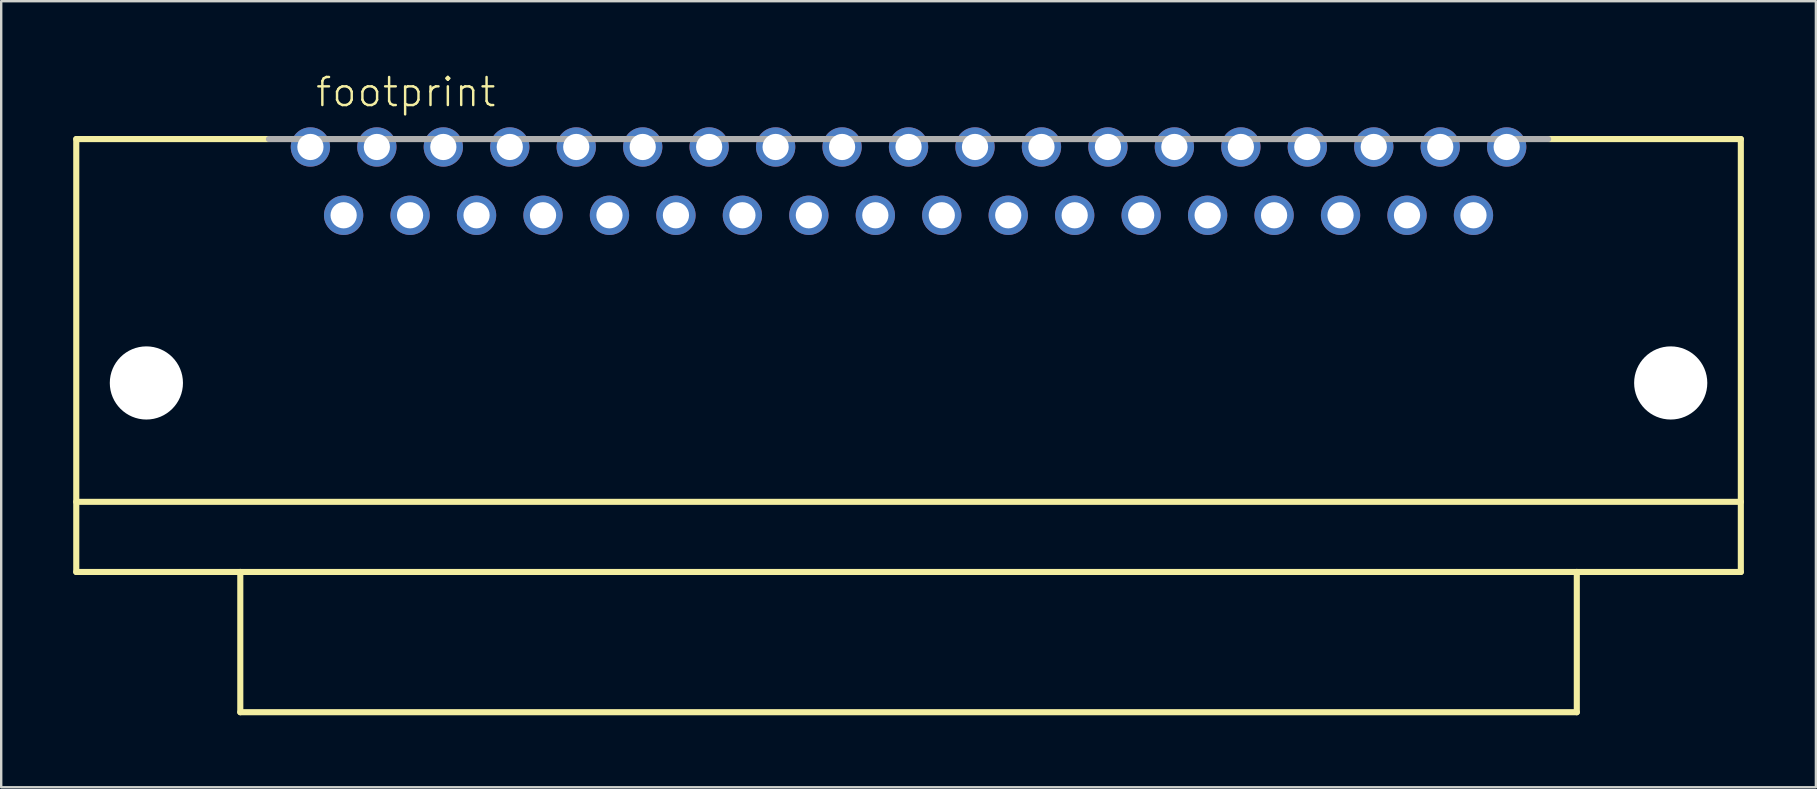
<source format=kicad_pcb>
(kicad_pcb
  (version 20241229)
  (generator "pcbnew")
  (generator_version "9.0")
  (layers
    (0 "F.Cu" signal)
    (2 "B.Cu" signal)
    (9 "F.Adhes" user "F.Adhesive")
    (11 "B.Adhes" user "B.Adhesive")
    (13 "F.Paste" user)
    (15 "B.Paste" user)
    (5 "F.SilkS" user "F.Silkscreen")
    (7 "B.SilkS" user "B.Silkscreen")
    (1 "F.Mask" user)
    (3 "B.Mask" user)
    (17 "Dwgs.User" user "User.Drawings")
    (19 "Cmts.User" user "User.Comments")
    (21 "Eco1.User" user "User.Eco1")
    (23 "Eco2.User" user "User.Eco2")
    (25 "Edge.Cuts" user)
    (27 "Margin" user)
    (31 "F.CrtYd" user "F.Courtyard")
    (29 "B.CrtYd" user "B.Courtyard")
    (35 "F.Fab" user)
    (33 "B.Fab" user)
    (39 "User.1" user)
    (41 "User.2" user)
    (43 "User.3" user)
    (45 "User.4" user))
  (footprint "footprint"
    (layer "F.Cu")
    (at 34.798 10.998)
    (property "Reference" "footprint" (at -24.765 -9.525 0) (layer "F.SilkS") (effects (font (size 1.168 1.168) (thickness 0.102)) (justify left bottom)))
    (fp_line (start -34.671 -8.255) (end -26.67 -8.255) (stroke (width 0.254) (type solid)) (layer "F.SilkS"))
    (fp_line (start -34.671 6.858) (end 34.671 6.858) (stroke (width 0.254) (type solid)) (layer "F.SilkS"))
    (fp_line (start -34.671 9.779) (end -34.671 -8.255) (stroke (width 0.254) (type solid)) (layer "F.SilkS"))
    (fp_line (start -27.838 9.779) (end -34.671 9.779) (stroke (width 0.254) (type solid)) (layer "F.SilkS"))
    (fp_line (start -27.838 9.779) (end 27.838 9.779) (stroke (width 0.254) (type solid)) (layer "F.SilkS"))
    (fp_line (start -27.838 15.621) (end -27.838 9.779) (stroke (width 0.254) (type solid)) (layer "F.SilkS"))
    (fp_line (start 27.838 9.779) (end 27.838 15.621) (stroke (width 0.254) (type solid)) (layer "F.SilkS"))
    (fp_line (start 27.838 15.621) (end -27.838 15.621) (stroke (width 0.254) (type solid)) (layer "F.SilkS"))
    (fp_line (start 34.671 -8.255) (end 26.67 -8.255) (stroke (width 0.254) (type solid)) (layer "F.SilkS"))
    (fp_line (start 34.671 -8.255) (end 34.671 9.779) (stroke (width 0.254) (type solid)) (layer "F.SilkS"))
    (fp_line (start 34.671 9.779) (end 27.838 9.779) (stroke (width 0.254) (type solid)) (layer "F.SilkS"))
    (fp_line (start -26.645 -8.255) (end 26.645 -8.255) (stroke (width 0.254) (type solid)) (layer "F.Fab"))
    (pad "" np_thru_hole circle (at -31.75 1.905) (size 3.048 3.048) (drill 3.048) (layers "*.Cu" "*.Mask"))
    (pad "" np_thru_hole circle (at 31.75 1.905) (size 3.048 3.048) (drill 3.048) (layers "*.Cu" "*.Mask"))
    (pad "1" thru_hole circle (at 24.917 -7.925) (size 1.638 1.638) (drill 1.092) (layers "*.Cu" "*.Mask"))
    (pad "2" thru_hole circle (at 22.149 -7.925) (size 1.638 1.638) (drill 1.092) (layers "*.Cu" "*.Mask"))
    (pad "3" thru_hole circle (at 19.38 -7.925) (size 1.638 1.638) (drill 1.092) (layers "*.Cu" "*.Mask"))
    (pad "4" thru_hole circle (at 16.612 -7.925) (size 1.638 1.638) (drill 1.092) (layers "*.Cu" "*.Mask"))
    (pad "5" thru_hole circle (at 13.843 -7.925) (size 1.638 1.638) (drill 1.092) (layers "*.Cu" "*.Mask"))
    (pad "6" thru_hole circle (at 11.074 -7.925) (size 1.638 1.638) (drill 1.092) (layers "*.Cu" "*.Mask"))
    (pad "7" thru_hole circle (at 8.306 -7.925) (size 1.638 1.638) (drill 1.092) (layers "*.Cu" "*.Mask"))
    (pad "8" thru_hole circle (at 5.537 -7.925) (size 1.638 1.638) (drill 1.092) (layers "*.Cu" "*.Mask"))
    (pad "9" thru_hole circle (at 2.769 -7.925) (size 1.638 1.638) (drill 1.092) (layers "*.Cu" "*.Mask"))
    (pad "10" thru_hole circle (at 0 -7.925) (size 1.638 1.638) (drill 1.092) (layers "*.Cu" "*.Mask"))
    (pad "11" thru_hole circle (at -2.769 -7.925) (size 1.638 1.638) (drill 1.092) (layers "*.Cu" "*.Mask"))
    (pad "12" thru_hole circle (at -5.537 -7.925) (size 1.638 1.638) (drill 1.092) (layers "*.Cu" "*.Mask"))
    (pad "13" thru_hole circle (at -8.306 -7.925) (size 1.638 1.638) (drill 1.092) (layers "*.Cu" "*.Mask"))
    (pad "14" thru_hole circle (at -11.074 -7.925) (size 1.638 1.638) (drill 1.092) (layers "*.Cu" "*.Mask"))
    (pad "15" thru_hole circle (at -13.843 -7.925) (size 1.638 1.638) (drill 1.092) (layers "*.Cu" "*.Mask"))
    (pad "16" thru_hole circle (at -16.612 -7.925) (size 1.638 1.638) (drill 1.092) (layers "*.Cu" "*.Mask"))
    (pad "17" thru_hole circle (at -19.38 -7.925) (size 1.638 1.638) (drill 1.092) (layers "*.Cu" "*.Mask"))
    (pad "18" thru_hole circle (at -22.149 -7.925) (size 1.638 1.638) (drill 1.092) (layers "*.Cu" "*.Mask"))
    (pad "19" thru_hole circle (at -24.917 -7.925) (size 1.638 1.638) (drill 1.092) (layers "*.Cu" "*.Mask"))
    (pad "20" thru_hole circle (at 23.533 -5.08) (size 1.638 1.638) (drill 1.092) (layers "*.Cu" "*.Mask"))
    (pad "21" thru_hole circle (at 20.765 -5.08) (size 1.638 1.638) (drill 1.092) (layers "*.Cu" "*.Mask"))
    (pad "22" thru_hole circle (at 17.996 -5.08) (size 1.638 1.638) (drill 1.092) (layers "*.Cu" "*.Mask"))
    (pad "23" thru_hole circle (at 15.227 -5.08) (size 1.638 1.638) (drill 1.092) (layers "*.Cu" "*.Mask"))
    (pad "24" thru_hole circle (at 12.459 -5.08) (size 1.638 1.638) (drill 1.092) (layers "*.Cu" "*.Mask"))
    (pad "25" thru_hole circle (at 9.69 -5.08) (size 1.638 1.638) (drill 1.092) (layers "*.Cu" "*.Mask"))
    (pad "26" thru_hole circle (at 6.921 -5.08) (size 1.638 1.638) (drill 1.092) (layers "*.Cu" "*.Mask"))
    (pad "27" thru_hole circle (at 4.153 -5.08) (size 1.638 1.638) (drill 1.092) (layers "*.Cu" "*.Mask"))
    (pad "28" thru_hole circle (at 1.384 -5.08) (size 1.638 1.638) (drill 1.092) (layers "*.Cu" "*.Mask"))
    (pad "29" thru_hole circle (at -1.384 -5.08) (size 1.638 1.638) (drill 1.092) (layers "*.Cu" "*.Mask"))
    (pad "30" thru_hole circle (at -4.153 -5.08) (size 1.638 1.638) (drill 1.092) (layers "*.Cu" "*.Mask"))
    (pad "31" thru_hole circle (at -6.921 -5.08) (size 1.638 1.638) (drill 1.092) (layers "*.Cu" "*.Mask"))
    (pad "32" thru_hole circle (at -9.69 -5.08) (size 1.638 1.638) (drill 1.092) (layers "*.Cu" "*.Mask"))
    (pad "33" thru_hole circle (at -12.459 -5.08) (size 1.638 1.638) (drill 1.092) (layers "*.Cu" "*.Mask"))
    (pad "34" thru_hole circle (at -15.227 -5.08) (size 1.638 1.638) (drill 1.092) (layers "*.Cu" "*.Mask"))
    (pad "35" thru_hole circle (at -17.996 -5.08) (size 1.638 1.638) (drill 1.092) (layers "*.Cu" "*.Mask"))
    (pad "36" thru_hole circle (at -20.765 -5.08) (size 1.638 1.638) (drill 1.092) (layers "*.Cu" "*.Mask"))
    (pad "37" thru_hole circle (at -23.533 -5.08) (size 1.638 1.638) (drill 1.092) (layers "*.Cu" "*.Mask")))
  (gr_rect
    (start -3 -3)
    (end 72.596 29.746)
    (stroke (width 0.1) (type default))
    (fill no)
    (layer "Edge.Cuts")))
</source>
